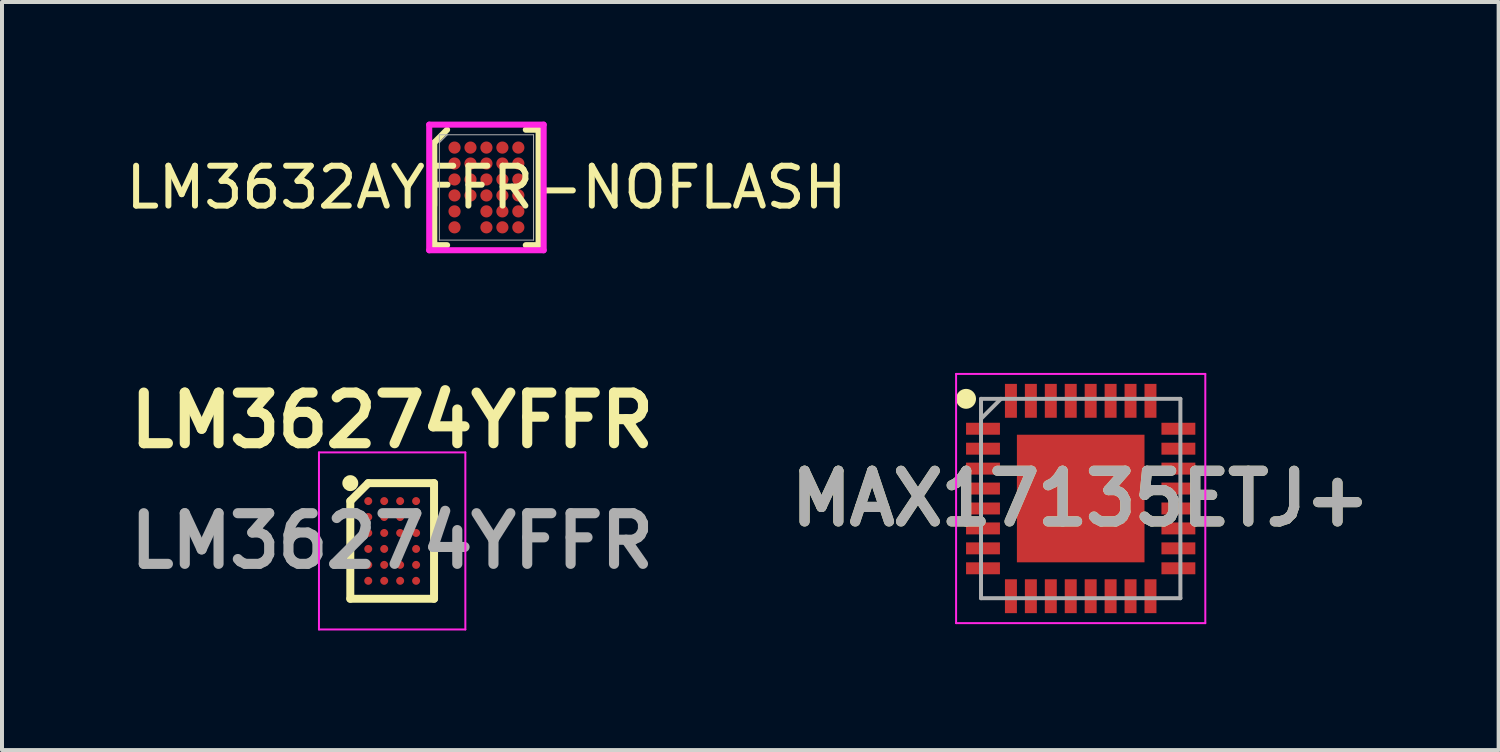
<source format=kicad_pcb>
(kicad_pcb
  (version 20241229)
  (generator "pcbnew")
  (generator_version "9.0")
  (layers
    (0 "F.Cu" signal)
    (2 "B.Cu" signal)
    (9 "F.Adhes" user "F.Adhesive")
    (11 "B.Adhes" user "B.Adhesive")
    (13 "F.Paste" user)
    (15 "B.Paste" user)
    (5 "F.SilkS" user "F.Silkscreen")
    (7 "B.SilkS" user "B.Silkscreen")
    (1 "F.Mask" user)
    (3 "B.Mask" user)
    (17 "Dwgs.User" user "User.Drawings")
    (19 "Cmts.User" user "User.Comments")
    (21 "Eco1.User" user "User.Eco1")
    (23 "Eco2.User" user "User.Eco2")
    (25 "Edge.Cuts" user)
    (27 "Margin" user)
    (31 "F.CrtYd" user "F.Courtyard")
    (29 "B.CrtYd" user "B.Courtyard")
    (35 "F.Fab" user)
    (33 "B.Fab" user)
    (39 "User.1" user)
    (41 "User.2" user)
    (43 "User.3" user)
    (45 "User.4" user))
  (footprint "MAX17135ETJ+"
    (layer "F.Cu")
    (at 24.052 9.452)
    (property "Reference" "MAX17135ETJ+" (at 0 0 0) (layer "F.SilkS") (effects (font (size 1.27 1.27) (thickness 0.254))))
    (attr smd)
    (fp_circle (center -2.875 -2.5) (end -2.875 -2.375) (stroke (width 0.25) (type solid)) (fill no) (layer "F.SilkS"))
    (fp_line (start -3.125 -3.125) (end 3.125 -3.125) (stroke (width 0.05) (type solid)) (layer "F.CrtYd"))
    (fp_line (start -3.125 3.125) (end -3.125 -3.125) (stroke (width 0.05) (type solid)) (layer "F.CrtYd"))
    (fp_line (start 3.125 -3.125) (end 3.125 3.125) (stroke (width 0.05) (type solid)) (layer "F.CrtYd"))
    (fp_line (start 3.125 3.125) (end -3.125 3.125) (stroke (width 0.05) (type solid)) (layer "F.CrtYd"))
    (fp_line (start -2.5 -2.5) (end 2.5 -2.5) (stroke (width 0.1) (type solid)) (layer "F.Fab"))
    (fp_line (start -2.5 -2) (end -2 -2.5) (stroke (width 0.1) (type solid)) (layer "F.Fab"))
    (fp_line (start -2.5 2.5) (end -2.5 -2.5) (stroke (width 0.1) (type solid)) (layer "F.Fab"))
    (fp_line (start 2.5 -2.5) (end 2.5 2.5) (stroke (width 0.1) (type solid)) (layer "F.Fab"))
    (fp_line (start 2.5 2.5) (end -2.5 2.5) (stroke (width 0.1) (type solid)) (layer "F.Fab"))
    (fp_text user "${REFERENCE}" (at 0 0 0) (layer "F.Fab") (effects (font (size 1.27 1.27) (thickness 0.254))))
    (pad "1" smd rect (at -2.45 -1.75 90) (size 0.3 0.85) (layers "F.Cu" "F.Mask" "F.Paste"))
    (pad "2" smd rect (at -2.45 -1.25 90) (size 0.3 0.85) (layers "F.Cu" "F.Mask" "F.Paste"))
    (pad "3" smd rect (at -2.45 -0.75 90) (size 0.3 0.85) (layers "F.Cu" "F.Mask" "F.Paste"))
    (pad "4" smd rect (at -2.45 -0.25 90) (size 0.3 0.85) (layers "F.Cu" "F.Mask" "F.Paste"))
    (pad "5" smd rect (at -2.45 0.25 90) (size 0.3 0.85) (layers "F.Cu" "F.Mask" "F.Paste"))
    (pad "6" smd rect (at -2.45 0.75 90) (size 0.3 0.85) (layers "F.Cu" "F.Mask" "F.Paste"))
    (pad "7" smd rect (at -2.45 1.25 90) (size 0.3 0.85) (layers "F.Cu" "F.Mask" "F.Paste"))
    (pad "8" smd rect (at -2.45 1.75 90) (size 0.3 0.85) (layers "F.Cu" "F.Mask" "F.Paste"))
    (pad "9" smd rect (at -1.75 2.45) (size 0.3 0.85) (layers "F.Cu" "F.Mask" "F.Paste"))
    (pad "10" smd rect (at -1.25 2.45) (size 0.3 0.85) (layers "F.Cu" "F.Mask" "F.Paste"))
    (pad "11" smd rect (at -0.75 2.45) (size 0.3 0.85) (layers "F.Cu" "F.Mask" "F.Paste"))
    (pad "12" smd rect (at -0.25 2.45) (size 0.3 0.85) (layers "F.Cu" "F.Mask" "F.Paste"))
    (pad "13" smd rect (at 0.25 2.45) (size 0.3 0.85) (layers "F.Cu" "F.Mask" "F.Paste"))
    (pad "14" smd rect (at 0.75 2.45) (size 0.3 0.85) (layers "F.Cu" "F.Mask" "F.Paste"))
    (pad "15" smd rect (at 1.25 2.45) (size 0.3 0.85) (layers "F.Cu" "F.Mask" "F.Paste"))
    (pad "16" smd rect (at 1.75 2.45) (size 0.3 0.85) (layers "F.Cu" "F.Mask" "F.Paste"))
    (pad "17" smd rect (at 2.45 1.75 90) (size 0.3 0.85) (layers "F.Cu" "F.Mask" "F.Paste"))
    (pad "18" smd rect (at 2.45 1.25 90) (size 0.3 0.85) (layers "F.Cu" "F.Mask" "F.Paste"))
    (pad "19" smd rect (at 2.45 0.75 90) (size 0.3 0.85) (layers "F.Cu" "F.Mask" "F.Paste"))
    (pad "20" smd rect (at 2.45 0.25 90) (size 0.3 0.85) (layers "F.Cu" "F.Mask" "F.Paste"))
    (pad "21" smd rect (at 2.45 -0.25 90) (size 0.3 0.85) (layers "F.Cu" "F.Mask" "F.Paste"))
    (pad "22" smd rect (at 2.45 -0.75 90) (size 0.3 0.85) (layers "F.Cu" "F.Mask" "F.Paste"))
    (pad "23" smd rect (at 2.45 -1.25 90) (size 0.3 0.85) (layers "F.Cu" "F.Mask" "F.Paste"))
    (pad "24" smd rect (at 2.45 -1.75 90) (size 0.3 0.85) (layers "F.Cu" "F.Mask" "F.Paste"))
    (pad "25" smd rect (at 1.75 -2.45) (size 0.3 0.85) (layers "F.Cu" "F.Mask" "F.Paste"))
    (pad "26" smd rect (at 1.25 -2.45) (size 0.3 0.85) (layers "F.Cu" "F.Mask" "F.Paste"))
    (pad "27" smd rect (at 0.75 -2.45) (size 0.3 0.85) (layers "F.Cu" "F.Mask" "F.Paste"))
    (pad "28" smd rect (at 0.25 -2.45) (size 0.3 0.85) (layers "F.Cu" "F.Mask" "F.Paste"))
    (pad "29" smd rect (at -0.25 -2.45) (size 0.3 0.85) (layers "F.Cu" "F.Mask" "F.Paste"))
    (pad "30" smd rect (at -0.75 -2.45) (size 0.3 0.85) (layers "F.Cu" "F.Mask" "F.Paste"))
    (pad "31" smd rect (at -1.25 -2.45) (size 0.3 0.85) (layers "F.Cu" "F.Mask" "F.Paste"))
    (pad "32" smd rect (at -1.75 -2.45) (size 0.3 0.85) (layers "F.Cu" "F.Mask" "F.Paste"))
    (pad "33" smd rect (at 0 0) (size 3.2 3.2) (layers "F.Cu" "F.Mask" "F.Paste")))
  (footprint "LM36274YFFR"
    (layer "F.Cu")
    (at 6.785 10.516)
    (property "Reference" "LM36274YFFR" (at 0 -3.025 0) (layer "F.SilkS") (effects (font (size 1.27 1.27) (thickness 0.254))))
    (attr smd)
    (fp_line (start -1.05 -1) (end -0.6 -1.45) (stroke (width 0.2) (type solid)) (layer "F.SilkS"))
    (fp_line (start -1.05 1.45) (end -1.05 -1) (stroke (width 0.2) (type solid)) (layer "F.SilkS"))
    (fp_line (start -0.6 -1.45) (end 1.05 -1.45) (stroke (width 0.2) (type solid)) (layer "F.SilkS"))
    (fp_line (start 1.05 -1.45) (end 1.05 1.45) (stroke (width 0.2) (type solid)) (layer "F.SilkS"))
    (fp_line (start 1.05 1.45) (end -1.05 1.45) (stroke (width 0.2) (type solid)) (layer "F.SilkS"))
    (fp_circle (center -1.05 -1.45) (end -1.05 -1.35) (stroke (width 0.2) (type solid)) (fill no) (layer "F.SilkS"))
    (fp_line (start -1.836 -2.22) (end 1.835 -2.22) (stroke (width 0.05) (type solid)) (layer "F.CrtYd"))
    (fp_line (start -1.836 2.22) (end -1.836 -2.22) (stroke (width 0.05) (type solid)) (layer "F.CrtYd"))
    (fp_line (start 1.835 -2.22) (end 1.835 2.22) (stroke (width 0.05) (type solid)) (layer "F.CrtYd"))
    (fp_line (start 1.835 2.22) (end -1.836 2.22) (stroke (width 0.05) (type solid)) (layer "F.CrtYd"))
    (fp_text user "${REFERENCE}" (at 0 0 0) (layer "F.Fab") (effects (font (size 1.27 1.27) (thickness 0.254))))
    (pad "A1" smd circle (at -0.6 -1 90) (size 0.2 0.2) (layers "F.Cu" "F.Mask" "F.Paste"))
    (pad "A2" smd circle (at -0.2 -1 90) (size 0.2 0.2) (layers "F.Cu" "F.Mask" "F.Paste"))
    (pad "A3" smd circle (at 0.2 -1 90) (size 0.2 0.2) (layers "F.Cu" "F.Mask" "F.Paste"))
    (pad "A4" smd circle (at 0.6 -1 90) (size 0.2 0.2) (layers "F.Cu" "F.Mask" "F.Paste"))
    (pad "B1" smd circle (at -0.6 -0.6 90) (size 0.2 0.2) (layers "F.Cu" "F.Mask" "F.Paste"))
    (pad "B2" smd circle (at -0.2 -0.6 90) (size 0.2 0.2) (layers "F.Cu" "F.Mask" "F.Paste"))
    (pad "B3" smd circle (at 0.2 -0.6 90) (size 0.2 0.2) (layers "F.Cu" "F.Mask" "F.Paste"))
    (pad "B4" smd circle (at 0.6 -0.6 90) (size 0.2 0.2) (layers "F.Cu" "F.Mask" "F.Paste"))
    (pad "C1" smd circle (at -0.6 -0.2 90) (size 0.2 0.2) (layers "F.Cu" "F.Mask" "F.Paste"))
    (pad "C2" smd circle (at -0.2 -0.2 90) (size 0.2 0.2) (layers "F.Cu" "F.Mask" "F.Paste"))
    (pad "C3" smd circle (at 0.2 -0.2 90) (size 0.2 0.2) (layers "F.Cu" "F.Mask" "F.Paste"))
    (pad "C4" smd circle (at 0.6 -0.2 90) (size 0.2 0.2) (layers "F.Cu" "F.Mask" "F.Paste"))
    (pad "D1" smd circle (at -0.6 0.2 90) (size 0.2 0.2) (layers "F.Cu" "F.Mask" "F.Paste"))
    (pad "D2" smd circle (at -0.2 0.2 90) (size 0.2 0.2) (layers "F.Cu" "F.Mask" "F.Paste"))
    (pad "D3" smd circle (at 0.2 0.2 90) (size 0.2 0.2) (layers "F.Cu" "F.Mask" "F.Paste"))
    (pad "D4" smd circle (at 0.6 0.2 90) (size 0.2 0.2) (layers "F.Cu" "F.Mask" "F.Paste"))
    (pad "E1" smd circle (at -0.6 0.6 90) (size 0.2 0.2) (layers "F.Cu" "F.Mask" "F.Paste"))
    (pad "E2" smd circle (at -0.2 0.6 90) (size 0.2 0.2) (layers "F.Cu" "F.Mask" "F.Paste"))
    (pad "E3" smd circle (at 0.2 0.6 90) (size 0.2 0.2) (layers "F.Cu" "F.Mask" "F.Paste"))
    (pad "E4" smd circle (at 0.6 0.6 90) (size 0.2 0.2) (layers "F.Cu" "F.Mask" "F.Paste"))
    (pad "F1" smd circle (at -0.6 1 90) (size 0.2 0.2) (layers "F.Cu" "F.Mask" "F.Paste"))
    (pad "F2" smd circle (at -0.2 1 90) (size 0.2 0.2) (layers "F.Cu" "F.Mask" "F.Paste"))
    (pad "F3" smd circle (at 0.2 1 90) (size 0.2 0.2) (layers "F.Cu" "F.Mask" "F.Paste"))
    (pad "F4" smd circle (at 0.6 1 90) (size 0.2 0.2) (layers "F.Cu" "F.Mask" "F.Paste")))
  (footprint "LM3632AYFFR-NOFLASH"
    (layer "F.Cu")
    (at 9.149 1.651)
    (property "Reference" "LM3632AYFFR-NOFLASH" (at 0 0 0) (unlocked yes) (layer "F.SilkS") (effects (font (size 1 1) (thickness 0.15))))
    (attr smd)
    (fp_line (start -1.308 -1.125) (end -1.308 1.448) (stroke (width 0.152) (type solid)) (layer "F.SilkS"))
    (fp_line (start -1.308 1.448) (end -0.987 1.448) (stroke (width 0.152) (type solid)) (layer "F.SilkS"))
    (fp_line (start -0.987 -1.448) (end -1.308 -1.125) (stroke (width 0.152) (type solid)) (layer "F.SilkS"))
    (fp_line (start 0.987 1.448) (end 1.308 1.448) (stroke (width 0.152) (type solid)) (layer "F.SilkS"))
    (fp_line (start 1.308 -1.448) (end 0.987 -1.448) (stroke (width 0.152) (type solid)) (layer "F.SilkS"))
    (fp_line (start 1.308 1.448) (end 1.308 -1.448) (stroke (width 0.152) (type solid)) (layer "F.SilkS"))
    (fp_line (start -1.435 -1.575) (end 1.435 -1.575) (stroke (width 0.152) (type solid)) (layer "F.CrtYd"))
    (fp_line (start -1.435 1.575) (end -1.435 -1.575) (stroke (width 0.152) (type solid)) (layer "F.CrtYd"))
    (fp_line (start 1.435 -1.575) (end 1.435 1.575) (stroke (width 0.152) (type solid)) (layer "F.CrtYd"))
    (fp_line (start 1.435 1.575) (end -1.435 1.575) (stroke (width 0.152) (type solid)) (layer "F.CrtYd"))
    (fp_line (start -1.181 -1.321) (end -1.181 1.321) (stroke (width 0.025) (type solid)) (layer "F.Fab"))
    (fp_line (start -1.181 1.321) (end 1.181 1.321) (stroke (width 0.025) (type solid)) (layer "F.Fab"))
    (fp_line (start -0.981 -1.321) (end -1.181 -1.121) (stroke (width 0.025) (type solid)) (layer "F.Fab"))
    (fp_line (start 1.181 -1.321) (end -1.181 -1.321) (stroke (width 0.025) (type solid)) (layer "F.Fab"))
    (fp_line (start 1.181 1.321) (end 1.181 -1.321) (stroke (width 0.025) (type solid)) (layer "F.Fab"))
    (pad "A1" smd circle (at -0.8 -1) (size 0.305 0.305) (layers "F.Cu" "F.Mask" "F.Paste"))
    (pad "A2" smd circle (at -0.4 -1) (size 0.305 0.305) (layers "F.Cu" "F.Mask" "F.Paste"))
    (pad "A3" smd circle (at 0 -1) (size 0.305 0.305) (layers "F.Cu" "F.Mask" "F.Paste"))
    (pad "A4" smd circle (at 0.4 -1) (size 0.305 0.305) (layers "F.Cu" "F.Mask" "F.Paste"))
    (pad "A5" smd circle (at 0.8 -1) (size 0.305 0.305) (layers "F.Cu" "F.Mask" "F.Paste"))
    (pad "B1" smd circle (at -0.8 -0.6) (size 0.305 0.305) (layers "F.Cu" "F.Mask" "F.Paste"))
    (pad "B2" smd circle (at -0.4 -0.6) (size 0.305 0.305) (layers "F.Cu" "F.Mask" "F.Paste"))
    (pad "B3" smd circle (at 0 -0.6) (size 0.305 0.305) (layers "F.Cu" "F.Mask" "F.Paste"))
    (pad "B4" smd circle (at 0.4 -0.6) (size 0.305 0.305) (layers "F.Cu" "F.Mask" "F.Paste"))
    (pad "B5" smd circle (at 0.8 -0.6) (size 0.305 0.305) (layers "F.Cu" "F.Mask" "F.Paste"))
    (pad "C1" smd circle (at -0.8 -0.2) (size 0.305 0.305) (layers "F.Cu" "F.Mask" "F.Paste"))
    (pad "C2" smd circle (at -0.4 -0.2) (size 0.305 0.305) (layers "F.Cu" "F.Mask" "F.Paste"))
    (pad "C3" smd circle (at 0 -0.2) (size 0.305 0.305) (layers "F.Cu" "F.Mask" "F.Paste"))
    (pad "C4" smd circle (at 0.4 -0.2) (size 0.305 0.305) (layers "F.Cu" "F.Mask" "F.Paste"))
    (pad "C5" smd circle (at 0.8 -0.2) (size 0.305 0.305) (layers "F.Cu" "F.Mask" "F.Paste"))
    (pad "D1" smd circle (at -0.8 0.2) (size 0.305 0.305) (layers "F.Cu" "F.Mask" "F.Paste"))
    (pad "D2" smd circle (at -0.4 0.2) (size 0.305 0.305) (layers "F.Cu" "F.Mask" "F.Paste"))
    (pad "D3" smd circle (at 0 0.2) (size 0.305 0.305) (layers "F.Cu" "F.Mask" "F.Paste"))
    (pad "D4" smd circle (at 0.4 0.2) (size 0.305 0.305) (layers "F.Cu" "F.Mask" "F.Paste"))
    (pad "D5" smd circle (at 0.8 0.2) (size 0.305 0.305) (layers "F.Cu" "F.Mask" "F.Paste"))
    (pad "E1" smd circle (at -0.8 0.6) (size 0.305 0.305) (layers "F.Cu" "F.Mask" "F.Paste"))
    (pad "E3" smd circle (at 0 0.6) (size 0.305 0.305) (layers "F.Cu" "F.Mask" "F.Paste"))
    (pad "E4" smd circle (at 0.4 0.6) (size 0.305 0.305) (layers "F.Cu" "F.Mask" "F.Paste"))
    (pad "E5" smd circle (at 0.8 0.6) (size 0.305 0.305) (layers "F.Cu" "F.Mask" "F.Paste"))
    (pad "F1" smd circle (at -0.8 1) (size 0.305 0.305) (layers "F.Cu" "F.Mask" "F.Paste"))
    (pad "F3" smd circle (at 0 1) (size 0.305 0.305) (layers "F.Cu" "F.Mask" "F.Paste"))
    (pad "F4" smd circle (at 0.4 1) (size 0.305 0.305) (layers "F.Cu" "F.Mask" "F.Paste"))
    (pad "F5" smd circle (at 0.8 1) (size 0.305 0.305) (layers "F.Cu" "F.Mask" "F.Paste")))
  (gr_rect
    (start -3 -3)
    (end 34.533 15.761)
    (stroke (width 0.1) (type default))
    (fill no)
    (layer "Edge.Cuts")))
</source>
